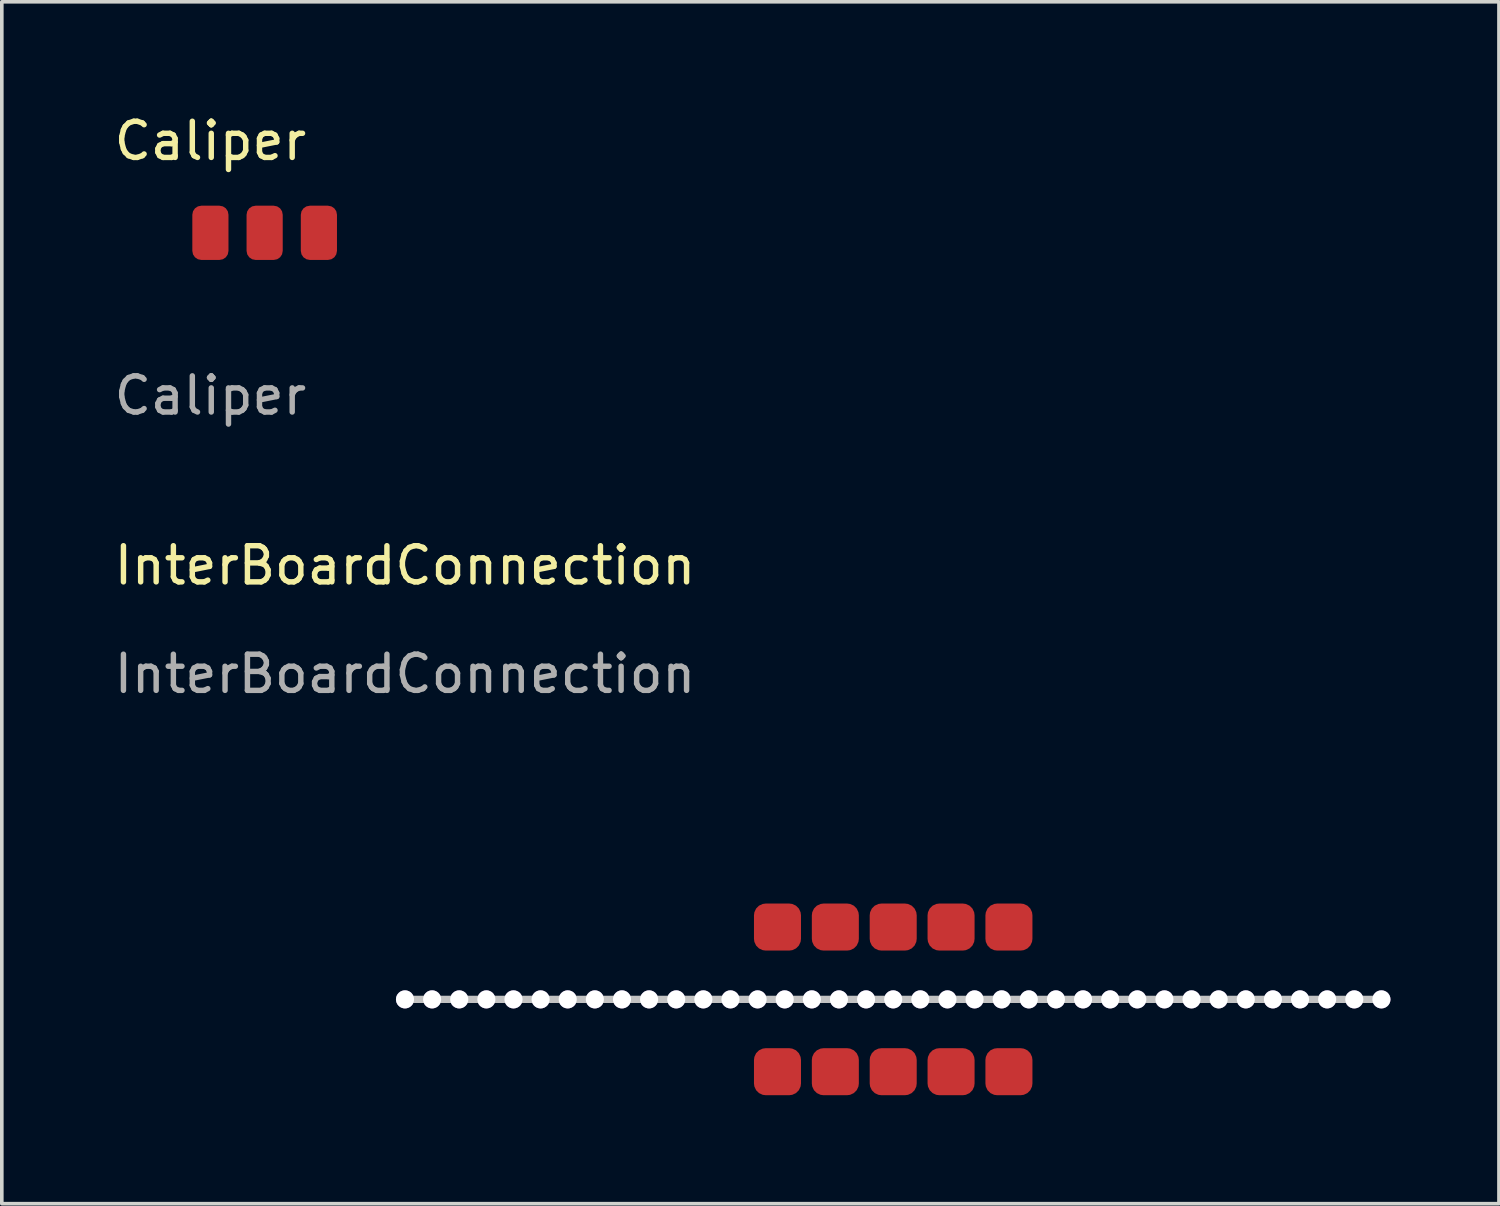
<source format=kicad_pcb>
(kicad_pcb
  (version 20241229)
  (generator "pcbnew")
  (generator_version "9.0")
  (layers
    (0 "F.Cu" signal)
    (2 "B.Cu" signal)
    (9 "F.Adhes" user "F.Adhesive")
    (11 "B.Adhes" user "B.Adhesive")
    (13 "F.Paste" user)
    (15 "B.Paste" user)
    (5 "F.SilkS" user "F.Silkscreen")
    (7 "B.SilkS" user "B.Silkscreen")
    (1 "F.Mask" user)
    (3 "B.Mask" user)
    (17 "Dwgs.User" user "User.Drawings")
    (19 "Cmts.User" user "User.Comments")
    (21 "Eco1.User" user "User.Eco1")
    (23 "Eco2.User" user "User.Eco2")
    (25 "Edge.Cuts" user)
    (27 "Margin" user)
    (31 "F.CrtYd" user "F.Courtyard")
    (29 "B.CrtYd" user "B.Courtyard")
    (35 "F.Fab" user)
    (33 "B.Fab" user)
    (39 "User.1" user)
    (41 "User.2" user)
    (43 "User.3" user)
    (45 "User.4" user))
  (footprint "Caliper"
    (layer "F.Cu")
    (at 2.768 3.388)
    (property "Reference" "Caliper" (at 0 -2.54 0) (unlocked yes) (layer "F.SilkS") (effects (font (size 1 1) (thickness 0.15))))
    (attr smd)
    (fp_text user "${REFERENCE}" (at 0 4.5 0) (unlocked yes) (layer "F.Fab") (effects (font (size 1 1) (thickness 0.15))))
    (pad "1" smd roundrect (at 0 0 90) (size 1.5 1) (layers "F.Cu" "F.Mask" "F.Paste") (roundrect_rratio 0.25))
    (pad "2" smd roundrect (at 1.5 0 90) (size 1.5 1) (layers "F.Cu" "F.Mask" "F.Paste") (roundrect_rratio 0.25))
    (pad "3" smd roundrect (at 3 0 90) (size 1.5 1) (layers "F.Cu" "F.Mask" "F.Paste") (roundrect_rratio 0.25)))
  (footprint "InterBoardConnection"
    (layer "F.Cu")
    (at 8.149 24.585)
    (property "Reference" "InterBoardConnection" (at 0 -12 0) (unlocked yes) (layer "F.SilkS") (effects (font (size 1 1) (thickness 0.15))))
    (attr smd)
    (fp_line (start 0 0) (end 27 0) (stroke (width 0.2) (type solid)) (layer "Dwgs.User"))
    (fp_text user "${REFERENCE}" (at 0 -9 0) (unlocked yes) (layer "F.Fab") (effects (font (size 1 1) (thickness 0.15))))
    (pad "0" thru_hole circle (at 0 0 180) (size 0.5 0.5) (drill 0.5) (layers "*.Cu" "*.Mask"))
    (pad "0" thru_hole circle (at 0.75 0 180) (size 0.5 0.5) (drill 0.5) (layers "*.Cu" "*.Mask"))
    (pad "0" thru_hole circle (at 1.5 0 180) (size 0.5 0.5) (drill 0.5) (layers "*.Cu" "*.Mask"))
    (pad "0" thru_hole circle (at 2.25 0 180) (size 0.5 0.5) (drill 0.5) (layers "*.Cu" "*.Mask"))
    (pad "0" thru_hole circle (at 3 0 180) (size 0.5 0.5) (drill 0.5) (layers "*.Cu" "*.Mask"))
    (pad "0" thru_hole circle (at 3.75 0 180) (size 0.5 0.5) (drill 0.5) (layers "*.Cu" "*.Mask"))
    (pad "0" thru_hole circle (at 4.5 0 180) (size 0.5 0.5) (drill 0.5) (layers "*.Cu" "*.Mask"))
    (pad "0" thru_hole circle (at 5.25 0 180) (size 0.5 0.5) (drill 0.5) (layers "*.Cu" "*.Mask"))
    (pad "0" thru_hole circle (at 6 0 180) (size 0.5 0.5) (drill 0.5) (layers "*.Cu" "*.Mask"))
    (pad "0" thru_hole circle (at 6.75 0 180) (size 0.5 0.5) (drill 0.5) (layers "*.Cu" "*.Mask"))
    (pad "0" thru_hole circle (at 7.5 0 180) (size 0.5 0.5) (drill 0.5) (layers "*.Cu" "*.Mask"))
    (pad "0" thru_hole circle (at 8.25 0 180) (size 0.5 0.5) (drill 0.5) (layers "*.Cu" "*.Mask"))
    (pad "0" thru_hole circle (at 9 0 180) (size 0.5 0.5) (drill 0.5) (layers "*.Cu" "*.Mask"))
    (pad "0" thru_hole circle (at 9.75 0 180) (size 0.5 0.5) (drill 0.5) (layers "*.Cu" "*.Mask"))
    (pad "0" thru_hole circle (at 10.5 0 180) (size 0.5 0.5) (drill 0.5) (layers "*.Cu" "*.Mask"))
    (pad "0" thru_hole circle (at 11.25 0 180) (size 0.5 0.5) (drill 0.5) (layers "*.Cu" "*.Mask"))
    (pad "0" thru_hole circle (at 12 0 180) (size 0.5 0.5) (drill 0.5) (layers "*.Cu" "*.Mask"))
    (pad "0" thru_hole circle (at 12.75 0 180) (size 0.5 0.5) (drill 0.5) (layers "*.Cu" "*.Mask"))
    (pad "0" thru_hole circle (at 13.5 0 180) (size 0.5 0.5) (drill 0.5) (layers "*.Cu" "*.Mask"))
    (pad "0" thru_hole circle (at 14.25 0 180) (size 0.5 0.5) (drill 0.5) (layers "*.Cu" "*.Mask"))
    (pad "0" thru_hole circle (at 15 0 180) (size 0.5 0.5) (drill 0.5) (layers "*.Cu" "*.Mask"))
    (pad "0" thru_hole circle (at 15.75 0 180) (size 0.5 0.5) (drill 0.5) (layers "*.Cu" "*.Mask"))
    (pad "0" thru_hole circle (at 16.5 0 180) (size 0.5 0.5) (drill 0.5) (layers "*.Cu" "*.Mask"))
    (pad "0" thru_hole circle (at 17.25 0 180) (size 0.5 0.5) (drill 0.5) (layers "*.Cu" "*.Mask"))
    (pad "0" thru_hole circle (at 18 0 180) (size 0.5 0.5) (drill 0.5) (layers "*.Cu" "*.Mask"))
    (pad "0" thru_hole circle (at 18.75 0 180) (size 0.5 0.5) (drill 0.5) (layers "*.Cu" "*.Mask"))
    (pad "0" thru_hole circle (at 19.5 0 180) (size 0.5 0.5) (drill 0.5) (layers "*.Cu" "*.Mask"))
    (pad "0" thru_hole circle (at 20.25 0 180) (size 0.5 0.5) (drill 0.5) (layers "*.Cu" "*.Mask"))
    (pad "0" thru_hole circle (at 21 0 180) (size 0.5 0.5) (drill 0.5) (layers "*.Cu" "*.Mask"))
    (pad "0" thru_hole circle (at 21.75 0 180) (size 0.5 0.5) (drill 0.5) (layers "*.Cu" "*.Mask"))
    (pad "0" thru_hole circle (at 22.5 0 180) (size 0.5 0.5) (drill 0.5) (layers "*.Cu" "*.Mask"))
    (pad "0" thru_hole circle (at 23.25 0 180) (size 0.5 0.5) (drill 0.5) (layers "*.Cu" "*.Mask"))
    (pad "0" thru_hole circle (at 24 0 180) (size 0.5 0.5) (drill 0.5) (layers "*.Cu" "*.Mask"))
    (pad "0" thru_hole circle (at 24.75 0 180) (size 0.5 0.5) (drill 0.5) (layers "*.Cu" "*.Mask"))
    (pad "0" thru_hole circle (at 25.5 0 180) (size 0.5 0.5) (drill 0.5) (layers "*.Cu" "*.Mask"))
    (pad "0" thru_hole circle (at 26.25 0 180) (size 0.5 0.5) (drill 0.5) (layers "*.Cu" "*.Mask"))
    (pad "0" thru_hole circle (at 27 0 180) (size 0.5 0.5) (drill 0.5) (layers "*.Cu" "*.Mask"))
    (pad "1" smd roundrect (at 10.3 2 180) (size 1.3 1.3) (layers "F.Cu" "F.Mask" "F.Paste") (roundrect_rratio 0.25))
    (pad "2" smd roundrect (at 11.9 2 180) (size 1.3 1.3) (layers "F.Cu" "F.Mask" "F.Paste") (roundrect_rratio 0.25))
    (pad "3" smd roundrect (at 13.5 2 180) (size 1.3 1.3) (layers "F.Cu" "F.Mask" "F.Paste") (roundrect_rratio 0.25))
    (pad "4" smd roundrect (at 15.1 2 180) (size 1.3 1.3) (layers "F.Cu" "F.Mask" "F.Paste") (roundrect_rratio 0.25))
    (pad "5" smd roundrect (at 16.7 2 180) (size 1.3 1.3) (layers "F.Cu" "F.Mask" "F.Paste") (roundrect_rratio 0.25))
    (pad "6" smd roundrect (at 10.3 -2) (size 1.3 1.3) (layers "F.Cu" "F.Mask" "F.Paste") (roundrect_rratio 0.25))
    (pad "7" smd roundrect (at 11.9 -2) (size 1.3 1.3) (layers "F.Cu" "F.Mask" "F.Paste") (roundrect_rratio 0.25))
    (pad "8" smd roundrect (at 13.5 -2) (size 1.3 1.3) (layers "F.Cu" "F.Mask" "F.Paste") (roundrect_rratio 0.25))
    (pad "9" smd roundrect (at 15.1 -2) (size 1.3 1.3) (layers "F.Cu" "F.Mask" "F.Paste") (roundrect_rratio 0.25))
    (pad "10" smd roundrect (at 16.7 -2) (size 1.3 1.3) (layers "F.Cu" "F.Mask" "F.Paste") (roundrect_rratio 0.25)))
  (gr_rect
    (start -3 -3)
    (end 38.399 30.235)
    (stroke (width 0.1) (type default))
    (fill no)
    (layer "Edge.Cuts")))
</source>
